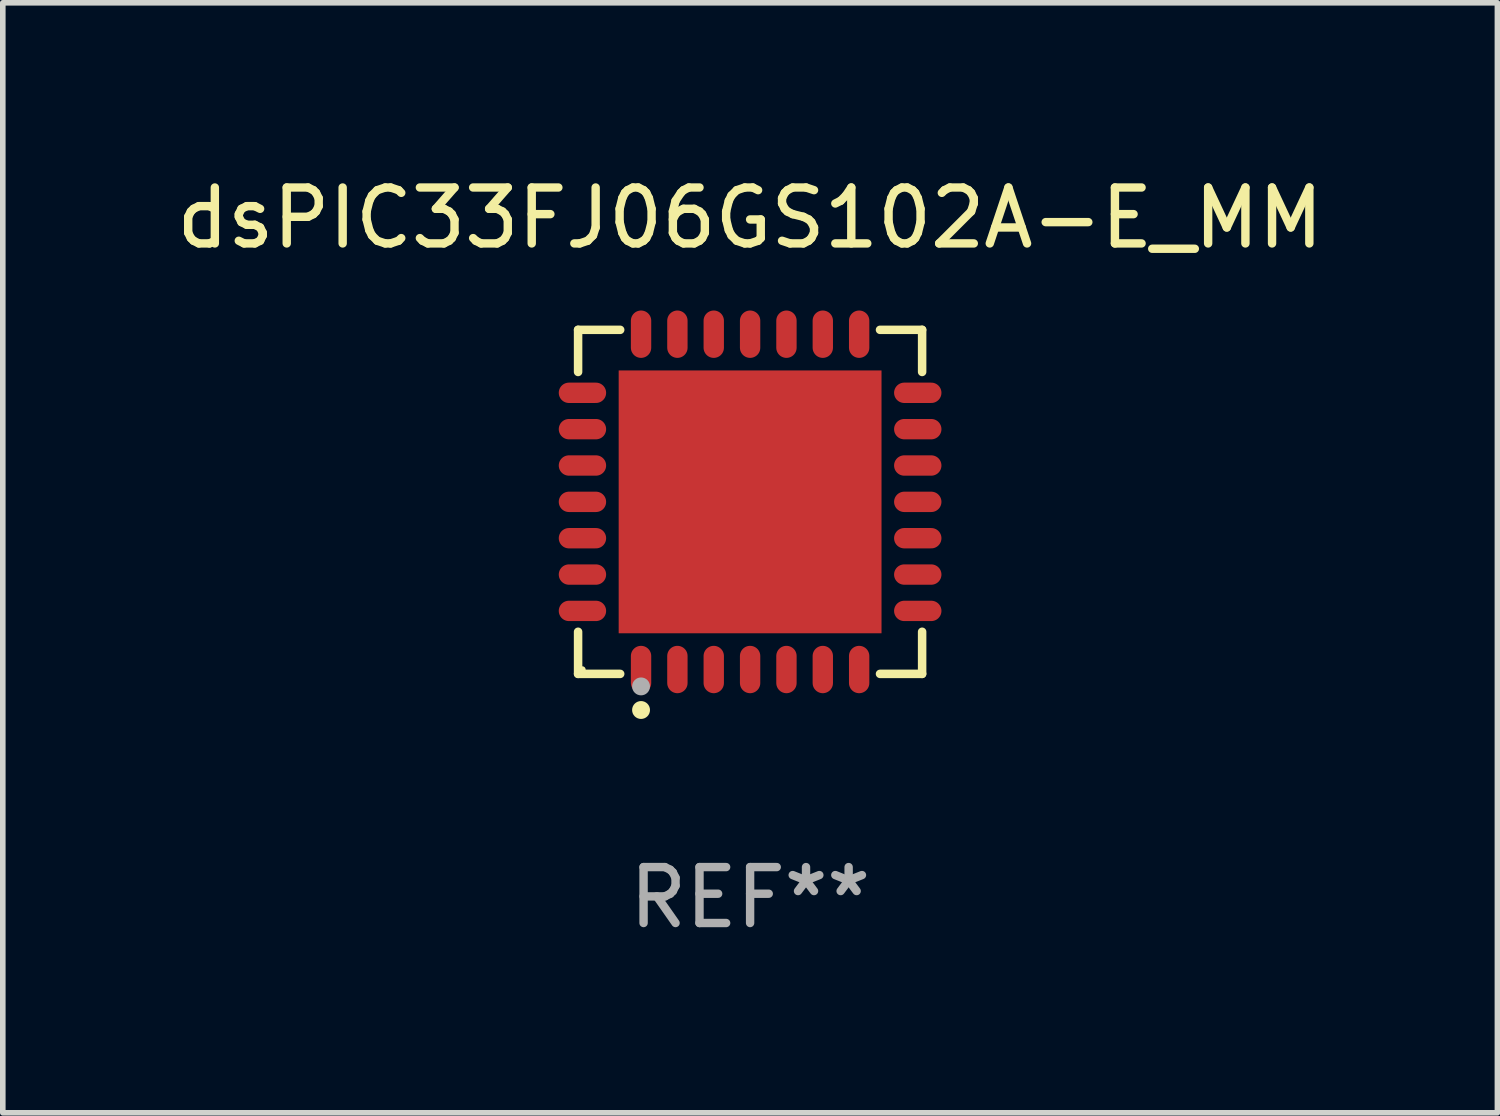
<source format=kicad_pcb>
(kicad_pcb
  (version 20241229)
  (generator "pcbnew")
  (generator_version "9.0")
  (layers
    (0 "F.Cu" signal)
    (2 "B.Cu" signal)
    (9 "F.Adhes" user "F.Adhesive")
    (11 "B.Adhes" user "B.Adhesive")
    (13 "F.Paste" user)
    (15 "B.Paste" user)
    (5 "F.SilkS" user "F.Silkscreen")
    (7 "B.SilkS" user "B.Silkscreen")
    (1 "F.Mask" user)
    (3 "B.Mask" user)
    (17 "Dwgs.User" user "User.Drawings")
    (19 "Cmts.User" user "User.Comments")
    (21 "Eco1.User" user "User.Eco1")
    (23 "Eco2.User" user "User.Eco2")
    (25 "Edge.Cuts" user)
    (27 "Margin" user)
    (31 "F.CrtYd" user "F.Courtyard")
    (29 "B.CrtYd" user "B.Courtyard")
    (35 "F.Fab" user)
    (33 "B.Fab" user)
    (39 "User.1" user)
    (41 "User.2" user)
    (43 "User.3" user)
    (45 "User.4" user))
  (footprint "dsPIC33FJ06GS102A-E_MM"
    (layer "F.Cu")
    (at 10.363 5.924)
    (property "Reference" "dsPIC33FJ06GS102A-E_MM" (at 0 -5.076 0) (layer "F.SilkS") (effects (font (size 1 1) (thickness 0.15))))
    (attr through_hole)
    (fp_line (start -3.076 -3.076) (end -2.323 -3.076) (stroke (width 0.152) (type solid)) (layer "F.SilkS"))
    (fp_line (start -3.076 -2.323) (end -3.076 -3.076) (stroke (width 0.152) (type solid)) (layer "F.SilkS"))
    (fp_line (start -3.076 2.323) (end -3.076 3.076) (stroke (width 0.152) (type solid)) (layer "F.SilkS"))
    (fp_line (start -3.076 3.076) (end -2.323 3.076) (stroke (width 0.152) (type solid)) (layer "F.SilkS"))
    (fp_line (start 3.076 -3.076) (end 2.323 -3.076) (stroke (width 0.152) (type solid)) (layer "F.SilkS"))
    (fp_line (start 3.076 -2.323) (end 3.076 -3.076) (stroke (width 0.152) (type solid)) (layer "F.SilkS"))
    (fp_line (start 3.076 2.323) (end 3.076 3.076) (stroke (width 0.152) (type solid)) (layer "F.SilkS"))
    (fp_line (start 3.076 3.076) (end 2.323 3.076) (stroke (width 0.152) (type solid)) (layer "F.SilkS"))
    (fp_circle (center -3 3) (end -2.97 3) (stroke (width 0.06) (type solid)) (fill no) (layer "F.SilkS"))
    (fp_circle (center -1.95 3.722) (end -1.87 3.722) (stroke (width 0.16) (type solid)) (fill no) (layer "F.SilkS"))
    (fp_circle (center -1.95 3.3) (end -1.87 3.3) (stroke (width 0.16) (type solid)) (fill no) (layer "F.Fab"))
    (fp_text user "REF**" (at 0 7.076 0) (layer "F.Fab") (effects (font (size 1 1) (thickness 0.15))))
    (pad "1" smd oval (at -1.95 2.998) (size 0.364 0.847) (layers "F.Cu" "F.Mask" "F.Paste"))
    (pad "2" smd oval (at -1.3 2.998) (size 0.364 0.847) (layers "F.Cu" "F.Mask" "F.Paste"))
    (pad "3" smd oval (at -0.65 2.998) (size 0.364 0.847) (layers "F.Cu" "F.Mask" "F.Paste"))
    (pad "4" smd oval (at 0 2.998) (size 0.364 0.847) (layers "F.Cu" "F.Mask" "F.Paste"))
    (pad "5" smd oval (at 0.65 2.998) (size 0.364 0.847) (layers "F.Cu" "F.Mask" "F.Paste"))
    (pad "6" smd oval (at 1.3 2.998) (size 0.364 0.847) (layers "F.Cu" "F.Mask" "F.Paste"))
    (pad "7" smd oval (at 1.95 2.998) (size 0.364 0.847) (layers "F.Cu" "F.Mask" "F.Paste"))
    (pad "8" smd oval (at 2.998 1.95) (size 0.847 0.364) (layers "F.Cu" "F.Mask" "F.Paste"))
    (pad "9" smd oval (at 2.998 1.3) (size 0.847 0.364) (layers "F.Cu" "F.Mask" "F.Paste"))
    (pad "10" smd oval (at 2.998 0.65) (size 0.847 0.364) (layers "F.Cu" "F.Mask" "F.Paste"))
    (pad "11" smd oval (at 2.998 0) (size 0.847 0.364) (layers "F.Cu" "F.Mask" "F.Paste"))
    (pad "12" smd oval (at 2.998 -0.65) (size 0.847 0.364) (layers "F.Cu" "F.Mask" "F.Paste"))
    (pad "13" smd oval (at 2.998 -1.3) (size 0.847 0.364) (layers "F.Cu" "F.Mask" "F.Paste"))
    (pad "14" smd oval (at 2.998 -1.95) (size 0.847 0.364) (layers "F.Cu" "F.Mask" "F.Paste"))
    (pad "15" smd oval (at 1.95 -2.998) (size 0.364 0.847) (layers "F.Cu" "F.Mask" "F.Paste"))
    (pad "16" smd oval (at 1.3 -2.998) (size 0.364 0.847) (layers "F.Cu" "F.Mask" "F.Paste"))
    (pad "17" smd oval (at 0.65 -2.998) (size 0.364 0.847) (layers "F.Cu" "F.Mask" "F.Paste"))
    (pad "18" smd oval (at 0 -2.998) (size 0.364 0.847) (layers "F.Cu" "F.Mask" "F.Paste"))
    (pad "19" smd oval (at -0.65 -2.998) (size 0.364 0.847) (layers "F.Cu" "F.Mask" "F.Paste"))
    (pad "20" smd oval (at -1.3 -2.998) (size 0.364 0.847) (layers "F.Cu" "F.Mask" "F.Paste"))
    (pad "21" smd oval (at -1.95 -2.998) (size 0.364 0.847) (layers "F.Cu" "F.Mask" "F.Paste"))
    (pad "22" smd oval (at -2.998 -1.95) (size 0.847 0.364) (layers "F.Cu" "F.Mask" "F.Paste"))
    (pad "23" smd oval (at -2.998 -1.3) (size 0.847 0.364) (layers "F.Cu" "F.Mask" "F.Paste"))
    (pad "24" smd oval (at -2.998 -0.65) (size 0.847 0.364) (layers "F.Cu" "F.Mask" "F.Paste"))
    (pad "25" smd oval (at -2.998 0) (size 0.847 0.364) (layers "F.Cu" "F.Mask" "F.Paste"))
    (pad "26" smd oval (at -2.998 0.65) (size 0.847 0.364) (layers "F.Cu" "F.Mask" "F.Paste"))
    (pad "27" smd oval (at -2.998 1.3) (size 0.847 0.364) (layers "F.Cu" "F.Mask" "F.Paste"))
    (pad "28" smd oval (at -2.998 1.95) (size 0.847 0.364) (layers "F.Cu" "F.Mask" "F.Paste"))
    (pad "29" smd rect (at 0 0) (size 4.7 4.7) (layers "F.Cu" "F.Mask" "F.Paste")))
  (gr_rect
    (start -3 -3)
    (end 23.726 16.849)
    (stroke (width 0.1) (type default))
    (fill no)
    (layer "Edge.Cuts")))
</source>
